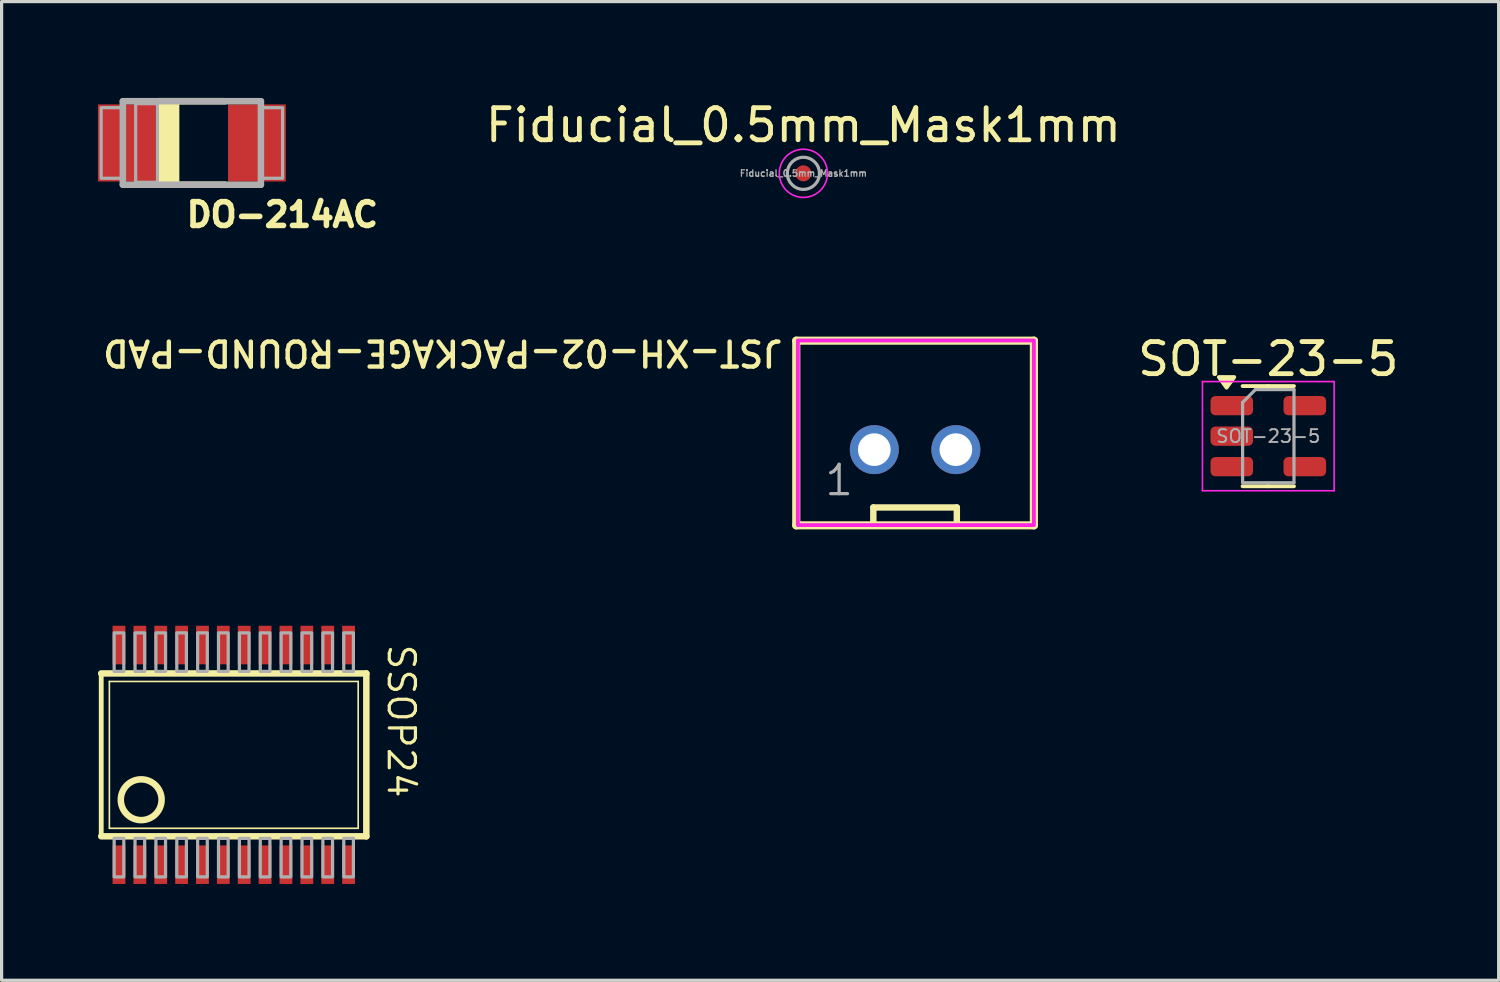
<source format=kicad_pcb>
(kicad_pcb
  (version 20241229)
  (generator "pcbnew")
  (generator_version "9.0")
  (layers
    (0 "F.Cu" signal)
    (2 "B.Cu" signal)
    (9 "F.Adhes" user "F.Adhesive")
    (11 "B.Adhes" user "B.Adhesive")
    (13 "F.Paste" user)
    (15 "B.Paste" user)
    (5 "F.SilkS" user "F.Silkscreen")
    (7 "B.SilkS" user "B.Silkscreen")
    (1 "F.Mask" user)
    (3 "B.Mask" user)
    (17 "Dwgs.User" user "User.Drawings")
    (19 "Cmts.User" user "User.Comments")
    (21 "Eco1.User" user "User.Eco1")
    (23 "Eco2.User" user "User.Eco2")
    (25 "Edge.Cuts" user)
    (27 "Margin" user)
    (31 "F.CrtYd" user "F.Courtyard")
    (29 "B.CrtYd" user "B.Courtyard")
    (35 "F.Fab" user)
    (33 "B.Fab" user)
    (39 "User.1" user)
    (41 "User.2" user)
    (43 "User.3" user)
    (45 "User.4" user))
  (footprint "SSOP24"
    (layer "F.Cu")
    (at 4.23 20.457)
    (property "Reference" "SSOP24" (at 5.69 1.397 270) (unlocked yes) (layer "F.SilkS") (effects (font (size 0.814 0.814) (thickness 0.1)) (justify right top)))
    (fp_line (start -4.128 2.536) (end -4.128 -2.536) (stroke (width 0.15) (type solid)) (layer "F.SilkS"))
    (fp_line (start -4.128 2.536) (end 4.128 2.536) (stroke (width 0.203) (type solid)) (layer "F.SilkS"))
    (fp_line (start -3.874 2.286) (end -3.874 -2.286) (stroke (width 0.051) (type solid)) (layer "F.SilkS"))
    (fp_line (start -3.874 2.286) (end 3.874 2.286) (stroke (width 0.051) (type solid)) (layer "F.SilkS"))
    (fp_line (start 3.874 -2.286) (end -3.874 -2.286) (stroke (width 0.051) (type solid)) (layer "F.SilkS"))
    (fp_line (start 3.874 -2.286) (end 3.874 2.286) (stroke (width 0.051) (type solid)) (layer "F.SilkS"))
    (fp_line (start 4.128 -2.536) (end -4.128 -2.536) (stroke (width 0.203) (type solid)) (layer "F.SilkS"))
    (fp_line (start 4.128 2.536) (end 4.128 -2.536) (stroke (width 0.203) (type solid)) (layer "F.SilkS"))
    (fp_circle (center -2.883 1.397) (end -2.248 1.397) (stroke (width 0.203) (type solid)) (fill no) (layer "F.SilkS"))
    (fp_poly (pts (xy -3.725 -2.6) (xy -3.425 -2.6) (xy -3.425 -3.8) (xy -3.725 -3.8)) (stroke (width 0.1) (type default)) (fill no) (layer "F.Fab"))
    (fp_poly (pts (xy -3.725 3.8) (xy -3.425 3.8) (xy -3.425 2.6) (xy -3.725 2.6)) (stroke (width 0.1) (type default)) (fill no) (layer "F.Fab"))
    (fp_poly (pts (xy -3.075 -2.6) (xy -2.775 -2.6) (xy -2.775 -3.8) (xy -3.075 -3.8)) (stroke (width 0.1) (type default)) (fill no) (layer "F.Fab"))
    (fp_poly (pts (xy -3.075 3.8) (xy -2.775 3.8) (xy -2.775 2.6) (xy -3.075 2.6)) (stroke (width 0.1) (type default)) (fill no) (layer "F.Fab"))
    (fp_poly (pts (xy -2.425 -2.6) (xy -2.125 -2.6) (xy -2.125 -3.8) (xy -2.425 -3.8)) (stroke (width 0.1) (type default)) (fill no) (layer "F.Fab"))
    (fp_poly (pts (xy -2.425 3.8) (xy -2.125 3.8) (xy -2.125 2.6) (xy -2.425 2.6)) (stroke (width 0.1) (type default)) (fill no) (layer "F.Fab"))
    (fp_poly (pts (xy -1.775 -2.6) (xy -1.475 -2.6) (xy -1.475 -3.8) (xy -1.775 -3.8)) (stroke (width 0.1) (type default)) (fill no) (layer "F.Fab"))
    (fp_poly (pts (xy -1.775 3.8) (xy -1.475 3.8) (xy -1.475 2.6) (xy -1.775 2.6)) (stroke (width 0.1) (type default)) (fill no) (layer "F.Fab"))
    (fp_poly (pts (xy -1.125 -2.6) (xy -0.825 -2.6) (xy -0.825 -3.8) (xy -1.125 -3.8)) (stroke (width 0.1) (type default)) (fill no) (layer "F.Fab"))
    (fp_poly (pts (xy -1.125 3.8) (xy -0.825 3.8) (xy -0.825 2.6) (xy -1.125 2.6)) (stroke (width 0.1) (type default)) (fill no) (layer "F.Fab"))
    (fp_poly (pts (xy -0.475 -2.6) (xy -0.175 -2.6) (xy -0.175 -3.8) (xy -0.475 -3.8)) (stroke (width 0.1) (type default)) (fill no) (layer "F.Fab"))
    (fp_poly (pts (xy -0.475 3.8) (xy -0.175 3.8) (xy -0.175 2.6) (xy -0.475 2.6)) (stroke (width 0.1) (type default)) (fill no) (layer "F.Fab"))
    (fp_poly (pts (xy 0.175 -2.6) (xy 0.475 -2.6) (xy 0.475 -3.8) (xy 0.175 -3.8)) (stroke (width 0.1) (type default)) (fill no) (layer "F.Fab"))
    (fp_poly (pts (xy 0.175 3.8) (xy 0.475 3.8) (xy 0.475 2.6) (xy 0.175 2.6)) (stroke (width 0.1) (type default)) (fill no) (layer "F.Fab"))
    (fp_poly (pts (xy 0.825 -2.6) (xy 1.125 -2.6) (xy 1.125 -3.8) (xy 0.825 -3.8)) (stroke (width 0.1) (type default)) (fill no) (layer "F.Fab"))
    (fp_poly (pts (xy 0.825 3.8) (xy 1.125 3.8) (xy 1.125 2.6) (xy 0.825 2.6)) (stroke (width 0.1) (type default)) (fill no) (layer "F.Fab"))
    (fp_poly (pts (xy 1.475 -2.6) (xy 1.775 -2.6) (xy 1.775 -3.8) (xy 1.475 -3.8)) (stroke (width 0.1) (type default)) (fill no) (layer "F.Fab"))
    (fp_poly (pts (xy 1.475 3.8) (xy 1.775 3.8) (xy 1.775 2.6) (xy 1.475 2.6)) (stroke (width 0.1) (type default)) (fill no) (layer "F.Fab"))
    (fp_poly (pts (xy 2.125 -2.6) (xy 2.425 -2.6) (xy 2.425 -3.8) (xy 2.125 -3.8)) (stroke (width 0.1) (type default)) (fill no) (layer "F.Fab"))
    (fp_poly (pts (xy 2.125 3.8) (xy 2.425 3.8) (xy 2.425 2.6) (xy 2.125 2.6)) (stroke (width 0.1) (type default)) (fill no) (layer "F.Fab"))
    (fp_poly (pts (xy 2.775 -2.6) (xy 3.075 -2.6) (xy 3.075 -3.8) (xy 2.775 -3.8)) (stroke (width 0.1) (type default)) (fill no) (layer "F.Fab"))
    (fp_poly (pts (xy 2.775 3.8) (xy 3.075 3.8) (xy 3.075 2.6) (xy 2.775 2.6)) (stroke (width 0.1) (type default)) (fill no) (layer "F.Fab"))
    (fp_poly (pts (xy 3.425 -2.6) (xy 3.725 -2.6) (xy 3.725 -3.8) (xy 3.425 -3.8)) (stroke (width 0.1) (type default)) (fill no) (layer "F.Fab"))
    (fp_poly (pts (xy 3.425 3.8) (xy 3.725 3.8) (xy 3.725 2.6) (xy 3.425 2.6)) (stroke (width 0.1) (type default)) (fill no) (layer "F.Fab"))
    (pad "1" smd rect (at -3.575 3.42) (size 0.4 1.2) (layers "F.Cu" "F.Mask" "F.Paste"))
    (pad "2" smd rect (at -2.925 3.42) (size 0.4 1.2) (layers "F.Cu" "F.Mask" "F.Paste"))
    (pad "3" smd rect (at -2.275 3.42) (size 0.4 1.2) (layers "F.Cu" "F.Mask" "F.Paste"))
    (pad "4" smd rect (at -1.625 3.42) (size 0.4 1.2) (layers "F.Cu" "F.Mask" "F.Paste"))
    (pad "5" smd rect (at -0.975 3.42) (size 0.4 1.2) (layers "F.Cu" "F.Mask" "F.Paste"))
    (pad "6" smd rect (at -0.325 3.42) (size 0.4 1.2) (layers "F.Cu" "F.Mask" "F.Paste"))
    (pad "7" smd rect (at 0.325 3.42) (size 0.4 1.2) (layers "F.Cu" "F.Mask" "F.Paste"))
    (pad "8" smd rect (at 0.975 3.42) (size 0.4 1.2) (layers "F.Cu" "F.Mask" "F.Paste"))
    (pad "9" smd rect (at 1.625 3.42) (size 0.4 1.2) (layers "F.Cu" "F.Mask" "F.Paste"))
    (pad "10" smd rect (at 2.275 3.42) (size 0.4 1.2) (layers "F.Cu" "F.Mask" "F.Paste"))
    (pad "11" smd rect (at 2.925 3.42) (size 0.4 1.2) (layers "F.Cu" "F.Mask" "F.Paste"))
    (pad "12" smd rect (at 3.575 3.42) (size 0.4 1.2) (layers "F.Cu" "F.Mask" "F.Paste"))
    (pad "13" smd rect (at 3.575 -3.42) (size 0.4 1.2) (layers "F.Cu" "F.Mask" "F.Paste"))
    (pad "14" smd rect (at 2.925 -3.42) (size 0.4 1.2) (layers "F.Cu" "F.Mask" "F.Paste"))
    (pad "15" smd rect (at 2.275 -3.42) (size 0.4 1.2) (layers "F.Cu" "F.Mask" "F.Paste"))
    (pad "16" smd rect (at 1.625 -3.42) (size 0.4 1.2) (layers "F.Cu" "F.Mask" "F.Paste"))
    (pad "17" smd rect (at 0.975 -3.42) (size 0.4 1.2) (layers "F.Cu" "F.Mask" "F.Paste"))
    (pad "18" smd rect (at 0.325 -3.42) (size 0.4 1.2) (layers "F.Cu" "F.Mask" "F.Paste"))
    (pad "19" smd rect (at -0.325 -3.42) (size 0.4 1.2) (layers "F.Cu" "F.Mask" "F.Paste"))
    (pad "20" smd rect (at -0.975 -3.42) (size 0.4 1.2) (layers "F.Cu" "F.Mask" "F.Paste"))
    (pad "21" smd rect (at -1.625 -3.42) (size 0.4 1.2) (layers "F.Cu" "F.Mask" "F.Paste"))
    (pad "22" smd rect (at -2.275 -3.42) (size 0.4 1.2) (layers "F.Cu" "F.Mask" "F.Paste"))
    (pad "23" smd rect (at -2.925 -3.42) (size 0.4 1.2) (layers "F.Cu" "F.Mask" "F.Paste"))
    (pad "24" smd rect (at -3.575 -3.42) (size 0.4 1.2) (layers "F.Cu" "F.Mask" "F.Paste")))
  (footprint "Fiducial_0.5mm_Mask1mm"
    (layer "F.Cu")
    (at 21.968 2.348)
    (property "Reference" "Fiducial_0.5mm_Mask1mm" (at 0 -1.5 0) (layer "F.SilkS") (effects (font (size 1 1) (thickness 0.15))))
    (attr smd)
    (fp_circle (center 0 0) (end 0.75 0) (stroke (width 0.05) (type solid)) (fill no) (layer "F.CrtYd"))
    (fp_circle (center 0 0) (end 0.5 0) (stroke (width 0.1) (type solid)) (fill no) (layer "F.Fab"))
    (fp_text user "${REFERENCE}" (at 0 0 0) (layer "F.Fab") (effects (font (size 0.2 0.2) (thickness 0.04))))
    (pad "" smd circle (at 0 0) (size 0.5 0.5) (layers "F.Cu" "F.Mask")))
  (footprint "JST-XH-02-PACKAGE-ROUND-PAD"
    (layer "F.Cu")
    (at 25.446 10.952)
    (property "Reference" "JST-XH-02-PACKAGE-ROUND-PAD" (at -4.056 -3.467 180) (unlocked yes) (layer "F.SilkS") (effects (font (size 0.777 0.777) (thickness 0.137)) (justify left bottom)))
    (fp_line (start -3.7 -3.393) (end -3.7 2.357) (stroke (width 0.254) (type solid)) (layer "F.SilkS"))
    (fp_line (start -3.7 2.357) (end 3.7 2.357) (stroke (width 0.254) (type solid)) (layer "F.SilkS"))
    (fp_line (start -1.3 1.8) (end 1.3 1.8) (stroke (width 0.2) (type solid)) (layer "F.SilkS"))
    (fp_line (start -1.3 2.3) (end -1.3 1.8) (stroke (width 0.2) (type solid)) (layer "F.SilkS"))
    (fp_line (start 1.3 2.3) (end 1.3 1.8) (stroke (width 0.2) (type solid)) (layer "F.SilkS"))
    (fp_line (start 3.7 -3.393) (end -3.7 -3.393) (stroke (width 0.254) (type solid)) (layer "F.SilkS"))
    (fp_line (start 3.7 2.357) (end 3.7 -3.393) (stroke (width 0.254) (type solid)) (layer "F.SilkS"))
    (fp_rect (start -3.65 -3.4) (end 3.7 2.35) (stroke (width 0.12) (type default)) (fill no) (layer "F.CrtYd"))
    (fp_text user "1" (at -2.868 1.488 0) (unlocked yes) (layer "F.Fab") (effects (font (size 0.914 0.914) (thickness 0.102)) (justify left bottom)))
    (pad "1" thru_hole circle (at -1.27 0 90) (size 1.524 1.524) (drill 1.016) (layers "*.Cu" "*.Mask"))
    (pad "2" thru_hole circle (at 1.27 0 90) (size 1.524 1.524) (drill 1.016) (layers "*.Cu" "*.Mask")))
  (footprint "SOT-23-5"
    (layer "F.Cu")
    (at 36.445 10.532)
    (property "Reference" "SOT-23-5" (at 0 -2.4 0) (layer "F.SilkS") (effects (font (size 1 1) (thickness 0.15))))
    (attr smd)
    (fp_line (start 0 -1.56) (end -0.8 -1.56) (stroke (width 0.12) (type solid)) (layer "F.SilkS"))
    (fp_line (start 0 -1.56) (end 0.8 -1.56) (stroke (width 0.12) (type solid)) (layer "F.SilkS"))
    (fp_line (start 0 1.56) (end -0.8 1.56) (stroke (width 0.12) (type solid)) (layer "F.SilkS"))
    (fp_line (start 0 1.56) (end 0.8 1.56) (stroke (width 0.12) (type solid)) (layer "F.SilkS"))
    (fp_poly (pts (xy -1.3 -1.51) (xy -1.54 -1.84) (xy -1.06 -1.84) (xy -1.3 -1.51)) (stroke (width 0.12) (type solid)) (fill yes) (layer "F.SilkS"))
    (fp_line (start -2.05 -1.7) (end -2.05 1.7) (stroke (width 0.05) (type solid)) (layer "F.CrtYd"))
    (fp_line (start -2.05 1.7) (end 2.05 1.7) (stroke (width 0.05) (type solid)) (layer "F.CrtYd"))
    (fp_line (start 2.05 -1.7) (end -2.05 -1.7) (stroke (width 0.05) (type solid)) (layer "F.CrtYd"))
    (fp_line (start 2.05 1.7) (end 2.05 -1.7) (stroke (width 0.05) (type solid)) (layer "F.CrtYd"))
    (fp_line (start -0.8 -1.05) (end -0.4 -1.45) (stroke (width 0.1) (type solid)) (layer "F.Fab"))
    (fp_line (start -0.8 1.45) (end -0.8 -1.05) (stroke (width 0.1) (type solid)) (layer "F.Fab"))
    (fp_line (start -0.4 -1.45) (end 0.8 -1.45) (stroke (width 0.1) (type solid)) (layer "F.Fab"))
    (fp_line (start 0.8 -1.45) (end 0.8 1.45) (stroke (width 0.1) (type solid)) (layer "F.Fab"))
    (fp_line (start 0.8 1.45) (end -0.8 1.45) (stroke (width 0.1) (type solid)) (layer "F.Fab"))
    (fp_text user "${REFERENCE}" (at 0 0 0) (layer "F.Fab") (effects (font (size 0.4 0.4) (thickness 0.06))))
    (pad "1" smd roundrect (at -1.137 -0.95) (size 1.325 0.6) (layers "F.Cu" "F.Mask" "F.Paste") (roundrect_rratio 0.25))
    (pad "2" smd roundrect (at -1.137 0) (size 1.325 0.6) (layers "F.Cu" "F.Mask" "F.Paste") (roundrect_rratio 0.25))
    (pad "3" smd roundrect (at -1.137 0.95) (size 1.325 0.6) (layers "F.Cu" "F.Mask" "F.Paste") (roundrect_rratio 0.25))
    (pad "4" smd roundrect (at 1.137 0.95) (size 1.325 0.6) (layers "F.Cu" "F.Mask" "F.Paste") (roundrect_rratio 0.25))
    (pad "5" smd roundrect (at 1.137 -0.95) (size 1.325 0.6) (layers "F.Cu" "F.Mask" "F.Paste") (roundrect_rratio 0.25)))
  (footprint "DO-214AC"
    (layer "F.Cu")
    (at 2.925 1.402)
    (property "Reference" "DO-214AC" (at -0.254 2.667 0) (unlocked yes) (layer "F.SilkS") (effects (font (size 0.739 0.739) (thickness 0.175)) (justify left bottom)))
    (fp_line (start -1.035 -1.3) (end 1.025 -1.3) (stroke (width 0.203) (type solid)) (layer "F.SilkS"))
    (fp_line (start 1.025 1.3) (end -1.035 1.3) (stroke (width 0.203) (type solid)) (layer "F.SilkS"))
    (fp_poly (pts (xy -1.065 1.225) (xy -0.39 1.225) (xy -0.39 -1.225) (xy -1.065 -1.225)) (stroke (width 0) (type default)) (fill yes) (layer "F.SilkS"))
    (fp_line (start -2.15 -1.3) (end 2.15 -1.3) (stroke (width 0.203) (type solid)) (layer "F.Fab"))
    (fp_line (start -2.15 1.3) (end -2.15 -1.3) (stroke (width 0.203) (type solid)) (layer "F.Fab"))
    (fp_line (start 2.15 -1.3) (end 2.15 1.3) (stroke (width 0.203) (type solid)) (layer "F.Fab"))
    (fp_line (start 2.15 1.3) (end -2.15 1.3) (stroke (width 0.203) (type solid)) (layer "F.Fab"))
    (fp_poly (pts (xy -2.825 1.1) (xy -2.175 1.1) (xy -2.175 -1.1) (xy -2.825 -1.1)) (stroke (width 0.1) (type default)) (fill no) (layer "F.Fab"))
    (fp_poly (pts (xy -1.75 1.225) (xy -1.075 1.225) (xy -1.075 -1.225) (xy -1.75 -1.225)) (stroke (width 0.1) (type default)) (fill no) (layer "F.Fab"))
    (fp_poly (pts (xy 2.825 -1.1) (xy 2.175 -1.1) (xy 2.175 1.1) (xy 2.825 1.1)) (stroke (width 0.1) (type default)) (fill no) (layer "F.Fab"))
    (pad "1" smd rect (at -2.025 0) (size 1.8 2.4) (layers "F.Cu" "F.Mask" "F.Paste"))
    (pad "2" smd rect (at 2.025 0 180) (size 1.8 2.4) (layers "F.Cu" "F.Mask" "F.Paste")))
  (gr_rect
    (start -3 -3)
    (end 43.618 27.477)
    (stroke (width 0.1) (type default))
    (fill no)
    (layer "Edge.Cuts")))
</source>
